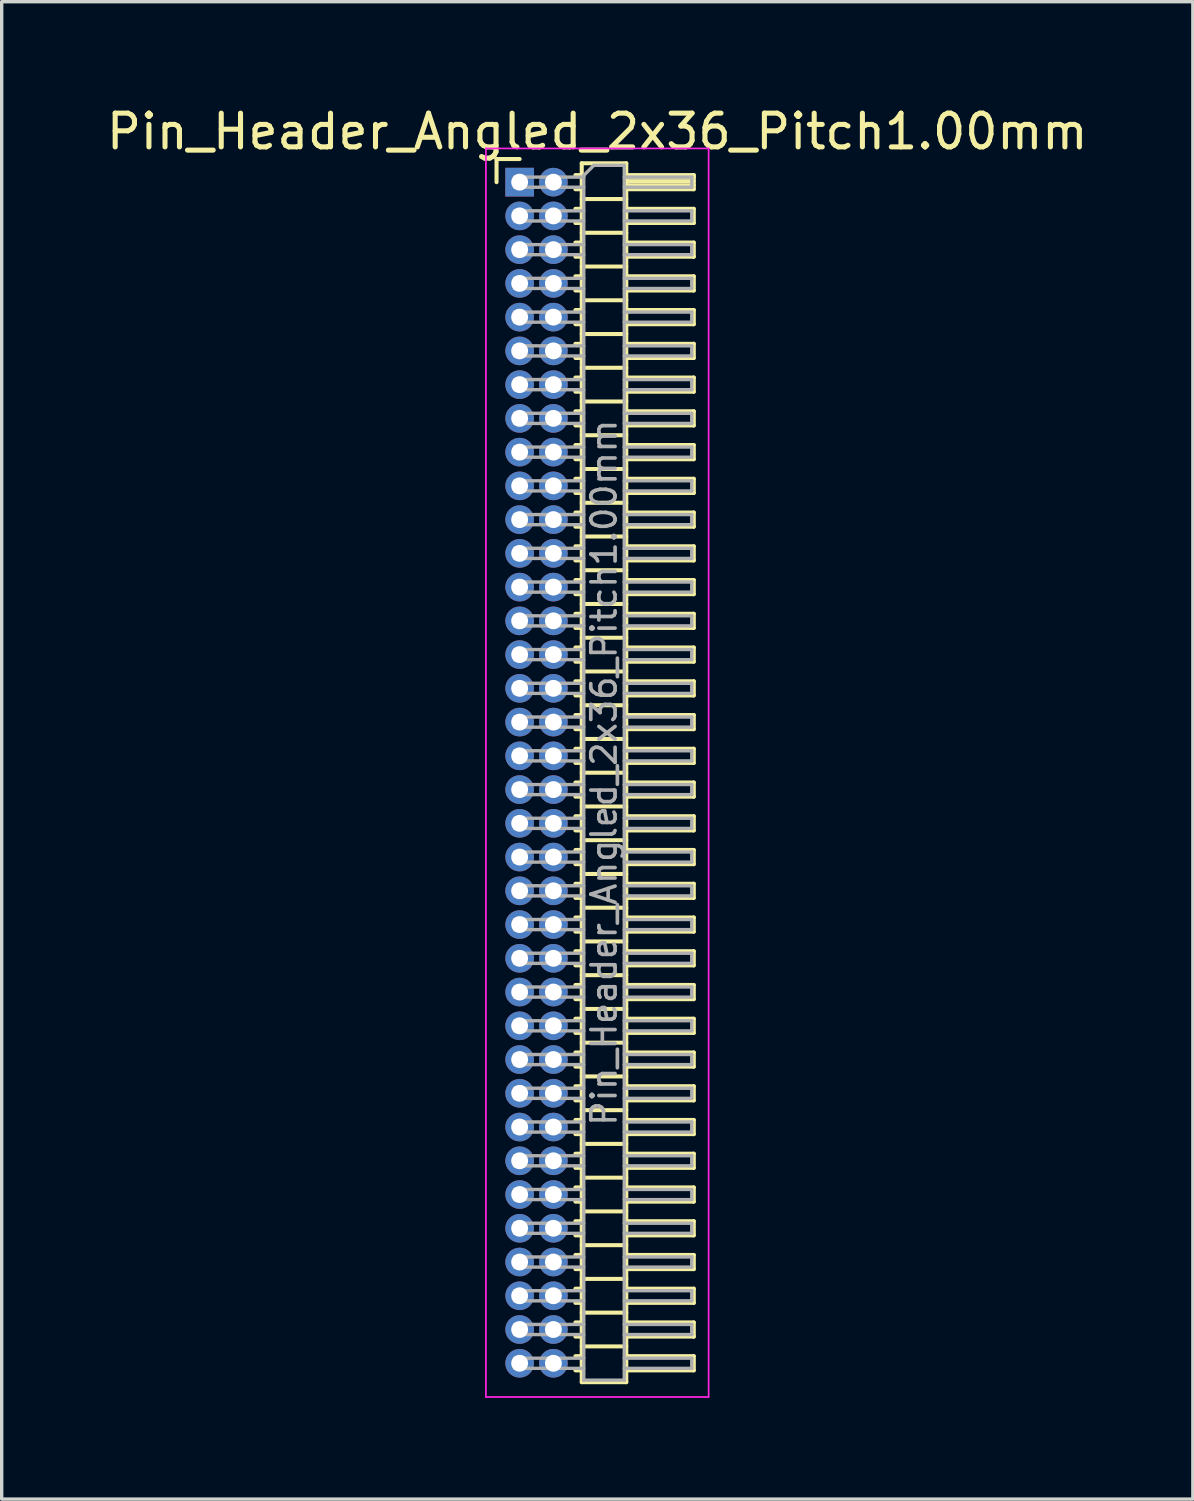
<source format=kicad_pcb>
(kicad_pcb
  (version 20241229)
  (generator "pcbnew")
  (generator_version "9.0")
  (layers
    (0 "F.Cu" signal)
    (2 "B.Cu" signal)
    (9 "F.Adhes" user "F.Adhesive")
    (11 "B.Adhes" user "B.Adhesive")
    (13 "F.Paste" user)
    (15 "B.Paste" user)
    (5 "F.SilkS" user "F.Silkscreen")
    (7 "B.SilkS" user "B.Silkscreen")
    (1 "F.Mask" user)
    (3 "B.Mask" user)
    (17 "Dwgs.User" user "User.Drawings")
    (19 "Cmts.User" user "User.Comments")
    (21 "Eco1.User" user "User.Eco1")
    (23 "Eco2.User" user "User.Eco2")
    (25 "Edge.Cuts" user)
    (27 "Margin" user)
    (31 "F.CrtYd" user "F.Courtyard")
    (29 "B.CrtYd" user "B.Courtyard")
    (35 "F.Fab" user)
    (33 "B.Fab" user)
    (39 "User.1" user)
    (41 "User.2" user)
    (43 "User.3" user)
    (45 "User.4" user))
  (footprint "Pin_Header_Angled_2x36_Pitch1.00mm"
    (layer "F.Cu")
    (at 12.349 2.348)
    (property "Reference" "Pin_Header_Angled_2x36_Pitch1.00mm" (at 2.3 -1.5 0) (layer "F.SilkS") (effects (font (size 1 1) (thickness 0.15))))
    (attr through_hole)
    (fp_line (start -0.685 -0.685) (end 0 -0.685) (stroke (width 0.12) (type solid)) (layer "F.SilkS"))
    (fp_line (start -0.685 0) (end -0.685 -0.685) (stroke (width 0.12) (type solid)) (layer "F.SilkS"))
    (fp_line (start 1.652 -0.21) (end 1.84 -0.21) (stroke (width 0.12) (type solid)) (layer "F.SilkS"))
    (fp_line (start 1.652 0.21) (end 1.84 0.21) (stroke (width 0.12) (type solid)) (layer "F.SilkS"))
    (fp_line (start 1.652 0.79) (end 1.84 0.79) (stroke (width 0.12) (type solid)) (layer "F.SilkS"))
    (fp_line (start 1.652 1.21) (end 1.84 1.21) (stroke (width 0.12) (type solid)) (layer "F.SilkS"))
    (fp_line (start 1.652 1.79) (end 1.84 1.79) (stroke (width 0.12) (type solid)) (layer "F.SilkS"))
    (fp_line (start 1.652 2.21) (end 1.84 2.21) (stroke (width 0.12) (type solid)) (layer "F.SilkS"))
    (fp_line (start 1.652 2.79) (end 1.84 2.79) (stroke (width 0.12) (type solid)) (layer "F.SilkS"))
    (fp_line (start 1.652 3.21) (end 1.84 3.21) (stroke (width 0.12) (type solid)) (layer "F.SilkS"))
    (fp_line (start 1.652 3.79) (end 1.84 3.79) (stroke (width 0.12) (type solid)) (layer "F.SilkS"))
    (fp_line (start 1.652 4.21) (end 1.84 4.21) (stroke (width 0.12) (type solid)) (layer "F.SilkS"))
    (fp_line (start 1.652 4.79) (end 1.84 4.79) (stroke (width 0.12) (type solid)) (layer "F.SilkS"))
    (fp_line (start 1.652 5.21) (end 1.84 5.21) (stroke (width 0.12) (type solid)) (layer "F.SilkS"))
    (fp_line (start 1.652 5.79) (end 1.84 5.79) (stroke (width 0.12) (type solid)) (layer "F.SilkS"))
    (fp_line (start 1.652 6.21) (end 1.84 6.21) (stroke (width 0.12) (type solid)) (layer "F.SilkS"))
    (fp_line (start 1.652 6.79) (end 1.84 6.79) (stroke (width 0.12) (type solid)) (layer "F.SilkS"))
    (fp_line (start 1.652 7.21) (end 1.84 7.21) (stroke (width 0.12) (type solid)) (layer "F.SilkS"))
    (fp_line (start 1.652 7.79) (end 1.84 7.79) (stroke (width 0.12) (type solid)) (layer "F.SilkS"))
    (fp_line (start 1.652 8.21) (end 1.84 8.21) (stroke (width 0.12) (type solid)) (layer "F.SilkS"))
    (fp_line (start 1.652 8.79) (end 1.84 8.79) (stroke (width 0.12) (type solid)) (layer "F.SilkS"))
    (fp_line (start 1.652 9.21) (end 1.84 9.21) (stroke (width 0.12) (type solid)) (layer "F.SilkS"))
    (fp_line (start 1.652 9.79) (end 1.84 9.79) (stroke (width 0.12) (type solid)) (layer "F.SilkS"))
    (fp_line (start 1.652 10.21) (end 1.84 10.21) (stroke (width 0.12) (type solid)) (layer "F.SilkS"))
    (fp_line (start 1.652 10.79) (end 1.84 10.79) (stroke (width 0.12) (type solid)) (layer "F.SilkS"))
    (fp_line (start 1.652 11.21) (end 1.84 11.21) (stroke (width 0.12) (type solid)) (layer "F.SilkS"))
    (fp_line (start 1.652 11.79) (end 1.84 11.79) (stroke (width 0.12) (type solid)) (layer "F.SilkS"))
    (fp_line (start 1.652 12.21) (end 1.84 12.21) (stroke (width 0.12) (type solid)) (layer "F.SilkS"))
    (fp_line (start 1.652 12.79) (end 1.84 12.79) (stroke (width 0.12) (type solid)) (layer "F.SilkS"))
    (fp_line (start 1.652 13.21) (end 1.84 13.21) (stroke (width 0.12) (type solid)) (layer "F.SilkS"))
    (fp_line (start 1.652 13.79) (end 1.84 13.79) (stroke (width 0.12) (type solid)) (layer "F.SilkS"))
    (fp_line (start 1.652 14.21) (end 1.84 14.21) (stroke (width 0.12) (type solid)) (layer "F.SilkS"))
    (fp_line (start 1.652 14.79) (end 1.84 14.79) (stroke (width 0.12) (type solid)) (layer "F.SilkS"))
    (fp_line (start 1.652 15.21) (end 1.84 15.21) (stroke (width 0.12) (type solid)) (layer "F.SilkS"))
    (fp_line (start 1.652 15.79) (end 1.84 15.79) (stroke (width 0.12) (type solid)) (layer "F.SilkS"))
    (fp_line (start 1.652 16.21) (end 1.84 16.21) (stroke (width 0.12) (type solid)) (layer "F.SilkS"))
    (fp_line (start 1.652 16.79) (end 1.84 16.79) (stroke (width 0.12) (type solid)) (layer "F.SilkS"))
    (fp_line (start 1.652 17.21) (end 1.84 17.21) (stroke (width 0.12) (type solid)) (layer "F.SilkS"))
    (fp_line (start 1.652 17.79) (end 1.84 17.79) (stroke (width 0.12) (type solid)) (layer "F.SilkS"))
    (fp_line (start 1.652 18.21) (end 1.84 18.21) (stroke (width 0.12) (type solid)) (layer "F.SilkS"))
    (fp_line (start 1.652 18.79) (end 1.84 18.79) (stroke (width 0.12) (type solid)) (layer "F.SilkS"))
    (fp_line (start 1.652 19.21) (end 1.84 19.21) (stroke (width 0.12) (type solid)) (layer "F.SilkS"))
    (fp_line (start 1.652 19.79) (end 1.84 19.79) (stroke (width 0.12) (type solid)) (layer "F.SilkS"))
    (fp_line (start 1.652 20.21) (end 1.84 20.21) (stroke (width 0.12) (type solid)) (layer "F.SilkS"))
    (fp_line (start 1.652 20.79) (end 1.84 20.79) (stroke (width 0.12) (type solid)) (layer "F.SilkS"))
    (fp_line (start 1.652 21.21) (end 1.84 21.21) (stroke (width 0.12) (type solid)) (layer "F.SilkS"))
    (fp_line (start 1.652 21.79) (end 1.84 21.79) (stroke (width 0.12) (type solid)) (layer "F.SilkS"))
    (fp_line (start 1.652 22.21) (end 1.84 22.21) (stroke (width 0.12) (type solid)) (layer "F.SilkS"))
    (fp_line (start 1.652 22.79) (end 1.84 22.79) (stroke (width 0.12) (type solid)) (layer "F.SilkS"))
    (fp_line (start 1.652 23.21) (end 1.84 23.21) (stroke (width 0.12) (type solid)) (layer "F.SilkS"))
    (fp_line (start 1.652 23.79) (end 1.84 23.79) (stroke (width 0.12) (type solid)) (layer "F.SilkS"))
    (fp_line (start 1.652 24.21) (end 1.84 24.21) (stroke (width 0.12) (type solid)) (layer "F.SilkS"))
    (fp_line (start 1.652 24.79) (end 1.84 24.79) (stroke (width 0.12) (type solid)) (layer "F.SilkS"))
    (fp_line (start 1.652 25.21) (end 1.84 25.21) (stroke (width 0.12) (type solid)) (layer "F.SilkS"))
    (fp_line (start 1.652 25.79) (end 1.84 25.79) (stroke (width 0.12) (type solid)) (layer "F.SilkS"))
    (fp_line (start 1.652 26.21) (end 1.84 26.21) (stroke (width 0.12) (type solid)) (layer "F.SilkS"))
    (fp_line (start 1.652 26.79) (end 1.84 26.79) (stroke (width 0.12) (type solid)) (layer "F.SilkS"))
    (fp_line (start 1.652 27.21) (end 1.84 27.21) (stroke (width 0.12) (type solid)) (layer "F.SilkS"))
    (fp_line (start 1.652 27.79) (end 1.84 27.79) (stroke (width 0.12) (type solid)) (layer "F.SilkS"))
    (fp_line (start 1.652 28.21) (end 1.84 28.21) (stroke (width 0.12) (type solid)) (layer "F.SilkS"))
    (fp_line (start 1.652 28.79) (end 1.84 28.79) (stroke (width 0.12) (type solid)) (layer "F.SilkS"))
    (fp_line (start 1.652 29.21) (end 1.84 29.21) (stroke (width 0.12) (type solid)) (layer "F.SilkS"))
    (fp_line (start 1.652 29.79) (end 1.84 29.79) (stroke (width 0.12) (type solid)) (layer "F.SilkS"))
    (fp_line (start 1.652 30.21) (end 1.84 30.21) (stroke (width 0.12) (type solid)) (layer "F.SilkS"))
    (fp_line (start 1.652 30.79) (end 1.84 30.79) (stroke (width 0.12) (type solid)) (layer "F.SilkS"))
    (fp_line (start 1.652 31.21) (end 1.84 31.21) (stroke (width 0.12) (type solid)) (layer "F.SilkS"))
    (fp_line (start 1.652 31.79) (end 1.84 31.79) (stroke (width 0.12) (type solid)) (layer "F.SilkS"))
    (fp_line (start 1.652 32.21) (end 1.84 32.21) (stroke (width 0.12) (type solid)) (layer "F.SilkS"))
    (fp_line (start 1.652 32.79) (end 1.84 32.79) (stroke (width 0.12) (type solid)) (layer "F.SilkS"))
    (fp_line (start 1.652 33.21) (end 1.84 33.21) (stroke (width 0.12) (type solid)) (layer "F.SilkS"))
    (fp_line (start 1.652 33.79) (end 1.84 33.79) (stroke (width 0.12) (type solid)) (layer "F.SilkS"))
    (fp_line (start 1.652 34.21) (end 1.84 34.21) (stroke (width 0.12) (type solid)) (layer "F.SilkS"))
    (fp_line (start 1.652 34.79) (end 1.84 34.79) (stroke (width 0.12) (type solid)) (layer "F.SilkS"))
    (fp_line (start 1.652 35.21) (end 1.84 35.21) (stroke (width 0.12) (type solid)) (layer "F.SilkS"))
    (fp_line (start 1.84 -0.56) (end 1.84 35.56) (stroke (width 0.12) (type solid)) (layer "F.SilkS"))
    (fp_line (start 1.84 0.5) (end 3.16 0.5) (stroke (width 0.12) (type solid)) (layer "F.SilkS"))
    (fp_line (start 1.84 1.5) (end 3.16 1.5) (stroke (width 0.12) (type solid)) (layer "F.SilkS"))
    (fp_line (start 1.84 2.5) (end 3.16 2.5) (stroke (width 0.12) (type solid)) (layer "F.SilkS"))
    (fp_line (start 1.84 3.5) (end 3.16 3.5) (stroke (width 0.12) (type solid)) (layer "F.SilkS"))
    (fp_line (start 1.84 4.5) (end 3.16 4.5) (stroke (width 0.12) (type solid)) (layer "F.SilkS"))
    (fp_line (start 1.84 5.5) (end 3.16 5.5) (stroke (width 0.12) (type solid)) (layer "F.SilkS"))
    (fp_line (start 1.84 6.5) (end 3.16 6.5) (stroke (width 0.12) (type solid)) (layer "F.SilkS"))
    (fp_line (start 1.84 7.5) (end 3.16 7.5) (stroke (width 0.12) (type solid)) (layer "F.SilkS"))
    (fp_line (start 1.84 8.5) (end 3.16 8.5) (stroke (width 0.12) (type solid)) (layer "F.SilkS"))
    (fp_line (start 1.84 9.5) (end 3.16 9.5) (stroke (width 0.12) (type solid)) (layer "F.SilkS"))
    (fp_line (start 1.84 10.5) (end 3.16 10.5) (stroke (width 0.12) (type solid)) (layer "F.SilkS"))
    (fp_line (start 1.84 11.5) (end 3.16 11.5) (stroke (width 0.12) (type solid)) (layer "F.SilkS"))
    (fp_line (start 1.84 12.5) (end 3.16 12.5) (stroke (width 0.12) (type solid)) (layer "F.SilkS"))
    (fp_line (start 1.84 13.5) (end 3.16 13.5) (stroke (width 0.12) (type solid)) (layer "F.SilkS"))
    (fp_line (start 1.84 14.5) (end 3.16 14.5) (stroke (width 0.12) (type solid)) (layer "F.SilkS"))
    (fp_line (start 1.84 15.5) (end 3.16 15.5) (stroke (width 0.12) (type solid)) (layer "F.SilkS"))
    (fp_line (start 1.84 16.5) (end 3.16 16.5) (stroke (width 0.12) (type solid)) (layer "F.SilkS"))
    (fp_line (start 1.84 17.5) (end 3.16 17.5) (stroke (width 0.12) (type solid)) (layer "F.SilkS"))
    (fp_line (start 1.84 18.5) (end 3.16 18.5) (stroke (width 0.12) (type solid)) (layer "F.SilkS"))
    (fp_line (start 1.84 19.5) (end 3.16 19.5) (stroke (width 0.12) (type solid)) (layer "F.SilkS"))
    (fp_line (start 1.84 20.5) (end 3.16 20.5) (stroke (width 0.12) (type solid)) (layer "F.SilkS"))
    (fp_line (start 1.84 21.5) (end 3.16 21.5) (stroke (width 0.12) (type solid)) (layer "F.SilkS"))
    (fp_line (start 1.84 22.5) (end 3.16 22.5) (stroke (width 0.12) (type solid)) (layer "F.SilkS"))
    (fp_line (start 1.84 23.5) (end 3.16 23.5) (stroke (width 0.12) (type solid)) (layer "F.SilkS"))
    (fp_line (start 1.84 24.5) (end 3.16 24.5) (stroke (width 0.12) (type solid)) (layer "F.SilkS"))
    (fp_line (start 1.84 25.5) (end 3.16 25.5) (stroke (width 0.12) (type solid)) (layer "F.SilkS"))
    (fp_line (start 1.84 26.5) (end 3.16 26.5) (stroke (width 0.12) (type solid)) (layer "F.SilkS"))
    (fp_line (start 1.84 27.5) (end 3.16 27.5) (stroke (width 0.12) (type solid)) (layer "F.SilkS"))
    (fp_line (start 1.84 28.5) (end 3.16 28.5) (stroke (width 0.12) (type solid)) (layer "F.SilkS"))
    (fp_line (start 1.84 29.5) (end 3.16 29.5) (stroke (width 0.12) (type solid)) (layer "F.SilkS"))
    (fp_line (start 1.84 30.5) (end 3.16 30.5) (stroke (width 0.12) (type solid)) (layer "F.SilkS"))
    (fp_line (start 1.84 31.5) (end 3.16 31.5) (stroke (width 0.12) (type solid)) (layer "F.SilkS"))
    (fp_line (start 1.84 32.5) (end 3.16 32.5) (stroke (width 0.12) (type solid)) (layer "F.SilkS"))
    (fp_line (start 1.84 33.5) (end 3.16 33.5) (stroke (width 0.12) (type solid)) (layer "F.SilkS"))
    (fp_line (start 1.84 34.5) (end 3.16 34.5) (stroke (width 0.12) (type solid)) (layer "F.SilkS"))
    (fp_line (start 1.84 35.56) (end 3.16 35.56) (stroke (width 0.12) (type solid)) (layer "F.SilkS"))
    (fp_line (start 3.16 -0.56) (end 1.84 -0.56) (stroke (width 0.12) (type solid)) (layer "F.SilkS"))
    (fp_line (start 3.16 -0.21) (end 5.16 -0.21) (stroke (width 0.12) (type solid)) (layer "F.SilkS"))
    (fp_line (start 3.16 -0.15) (end 5.16 -0.15) (stroke (width 0.12) (type solid)) (layer "F.SilkS"))
    (fp_line (start 3.16 -0.03) (end 5.16 -0.03) (stroke (width 0.12) (type solid)) (layer "F.SilkS"))
    (fp_line (start 3.16 0.09) (end 5.16 0.09) (stroke (width 0.12) (type solid)) (layer "F.SilkS"))
    (fp_line (start 3.16 0.79) (end 5.16 0.79) (stroke (width 0.12) (type solid)) (layer "F.SilkS"))
    (fp_line (start 3.16 1.79) (end 5.16 1.79) (stroke (width 0.12) (type solid)) (layer "F.SilkS"))
    (fp_line (start 3.16 2.79) (end 5.16 2.79) (stroke (width 0.12) (type solid)) (layer "F.SilkS"))
    (fp_line (start 3.16 3.79) (end 5.16 3.79) (stroke (width 0.12) (type solid)) (layer "F.SilkS"))
    (fp_line (start 3.16 4.79) (end 5.16 4.79) (stroke (width 0.12) (type solid)) (layer "F.SilkS"))
    (fp_line (start 3.16 5.79) (end 5.16 5.79) (stroke (width 0.12) (type solid)) (layer "F.SilkS"))
    (fp_line (start 3.16 6.79) (end 5.16 6.79) (stroke (width 0.12) (type solid)) (layer "F.SilkS"))
    (fp_line (start 3.16 7.79) (end 5.16 7.79) (stroke (width 0.12) (type solid)) (layer "F.SilkS"))
    (fp_line (start 3.16 8.79) (end 5.16 8.79) (stroke (width 0.12) (type solid)) (layer "F.SilkS"))
    (fp_line (start 3.16 9.79) (end 5.16 9.79) (stroke (width 0.12) (type solid)) (layer "F.SilkS"))
    (fp_line (start 3.16 10.79) (end 5.16 10.79) (stroke (width 0.12) (type solid)) (layer "F.SilkS"))
    (fp_line (start 3.16 11.79) (end 5.16 11.79) (stroke (width 0.12) (type solid)) (layer "F.SilkS"))
    (fp_line (start 3.16 12.79) (end 5.16 12.79) (stroke (width 0.12) (type solid)) (layer "F.SilkS"))
    (fp_line (start 3.16 13.79) (end 5.16 13.79) (stroke (width 0.12) (type solid)) (layer "F.SilkS"))
    (fp_line (start 3.16 14.79) (end 5.16 14.79) (stroke (width 0.12) (type solid)) (layer "F.SilkS"))
    (fp_line (start 3.16 15.79) (end 5.16 15.79) (stroke (width 0.12) (type solid)) (layer "F.SilkS"))
    (fp_line (start 3.16 16.79) (end 5.16 16.79) (stroke (width 0.12) (type solid)) (layer "F.SilkS"))
    (fp_line (start 3.16 17.79) (end 5.16 17.79) (stroke (width 0.12) (type solid)) (layer "F.SilkS"))
    (fp_line (start 3.16 18.79) (end 5.16 18.79) (stroke (width 0.12) (type solid)) (layer "F.SilkS"))
    (fp_line (start 3.16 19.79) (end 5.16 19.79) (stroke (width 0.12) (type solid)) (layer "F.SilkS"))
    (fp_line (start 3.16 20.79) (end 5.16 20.79) (stroke (width 0.12) (type solid)) (layer "F.SilkS"))
    (fp_line (start 3.16 21.79) (end 5.16 21.79) (stroke (width 0.12) (type solid)) (layer "F.SilkS"))
    (fp_line (start 3.16 22.79) (end 5.16 22.79) (stroke (width 0.12) (type solid)) (layer "F.SilkS"))
    (fp_line (start 3.16 23.79) (end 5.16 23.79) (stroke (width 0.12) (type solid)) (layer "F.SilkS"))
    (fp_line (start 3.16 24.79) (end 5.16 24.79) (stroke (width 0.12) (type solid)) (layer "F.SilkS"))
    (fp_line (start 3.16 25.79) (end 5.16 25.79) (stroke (width 0.12) (type solid)) (layer "F.SilkS"))
    (fp_line (start 3.16 26.79) (end 5.16 26.79) (stroke (width 0.12) (type solid)) (layer "F.SilkS"))
    (fp_line (start 3.16 27.79) (end 5.16 27.79) (stroke (width 0.12) (type solid)) (layer "F.SilkS"))
    (fp_line (start 3.16 28.79) (end 5.16 28.79) (stroke (width 0.12) (type solid)) (layer "F.SilkS"))
    (fp_line (start 3.16 29.79) (end 5.16 29.79) (stroke (width 0.12) (type solid)) (layer "F.SilkS"))
    (fp_line (start 3.16 30.79) (end 5.16 30.79) (stroke (width 0.12) (type solid)) (layer "F.SilkS"))
    (fp_line (start 3.16 31.79) (end 5.16 31.79) (stroke (width 0.12) (type solid)) (layer "F.SilkS"))
    (fp_line (start 3.16 32.79) (end 5.16 32.79) (stroke (width 0.12) (type solid)) (layer "F.SilkS"))
    (fp_line (start 3.16 33.79) (end 5.16 33.79) (stroke (width 0.12) (type solid)) (layer "F.SilkS"))
    (fp_line (start 3.16 34.79) (end 5.16 34.79) (stroke (width 0.12) (type solid)) (layer "F.SilkS"))
    (fp_line (start 3.16 35.56) (end 3.16 -0.56) (stroke (width 0.12) (type solid)) (layer "F.SilkS"))
    (fp_line (start 5.16 -0.21) (end 5.16 0.21) (stroke (width 0.12) (type solid)) (layer "F.SilkS"))
    (fp_line (start 5.16 0.21) (end 3.16 0.21) (stroke (width 0.12) (type solid)) (layer "F.SilkS"))
    (fp_line (start 5.16 0.79) (end 5.16 1.21) (stroke (width 0.12) (type solid)) (layer "F.SilkS"))
    (fp_line (start 5.16 1.21) (end 3.16 1.21) (stroke (width 0.12) (type solid)) (layer "F.SilkS"))
    (fp_line (start 5.16 1.79) (end 5.16 2.21) (stroke (width 0.12) (type solid)) (layer "F.SilkS"))
    (fp_line (start 5.16 2.21) (end 3.16 2.21) (stroke (width 0.12) (type solid)) (layer "F.SilkS"))
    (fp_line (start 5.16 2.79) (end 5.16 3.21) (stroke (width 0.12) (type solid)) (layer "F.SilkS"))
    (fp_line (start 5.16 3.21) (end 3.16 3.21) (stroke (width 0.12) (type solid)) (layer "F.SilkS"))
    (fp_line (start 5.16 3.79) (end 5.16 4.21) (stroke (width 0.12) (type solid)) (layer "F.SilkS"))
    (fp_line (start 5.16 4.21) (end 3.16 4.21) (stroke (width 0.12) (type solid)) (layer "F.SilkS"))
    (fp_line (start 5.16 4.79) (end 5.16 5.21) (stroke (width 0.12) (type solid)) (layer "F.SilkS"))
    (fp_line (start 5.16 5.21) (end 3.16 5.21) (stroke (width 0.12) (type solid)) (layer "F.SilkS"))
    (fp_line (start 5.16 5.79) (end 5.16 6.21) (stroke (width 0.12) (type solid)) (layer "F.SilkS"))
    (fp_line (start 5.16 6.21) (end 3.16 6.21) (stroke (width 0.12) (type solid)) (layer "F.SilkS"))
    (fp_line (start 5.16 6.79) (end 5.16 7.21) (stroke (width 0.12) (type solid)) (layer "F.SilkS"))
    (fp_line (start 5.16 7.21) (end 3.16 7.21) (stroke (width 0.12) (type solid)) (layer "F.SilkS"))
    (fp_line (start 5.16 7.79) (end 5.16 8.21) (stroke (width 0.12) (type solid)) (layer "F.SilkS"))
    (fp_line (start 5.16 8.21) (end 3.16 8.21) (stroke (width 0.12) (type solid)) (layer "F.SilkS"))
    (fp_line (start 5.16 8.79) (end 5.16 9.21) (stroke (width 0.12) (type solid)) (layer "F.SilkS"))
    (fp_line (start 5.16 9.21) (end 3.16 9.21) (stroke (width 0.12) (type solid)) (layer "F.SilkS"))
    (fp_line (start 5.16 9.79) (end 5.16 10.21) (stroke (width 0.12) (type solid)) (layer "F.SilkS"))
    (fp_line (start 5.16 10.21) (end 3.16 10.21) (stroke (width 0.12) (type solid)) (layer "F.SilkS"))
    (fp_line (start 5.16 10.79) (end 5.16 11.21) (stroke (width 0.12) (type solid)) (layer "F.SilkS"))
    (fp_line (start 5.16 11.21) (end 3.16 11.21) (stroke (width 0.12) (type solid)) (layer "F.SilkS"))
    (fp_line (start 5.16 11.79) (end 5.16 12.21) (stroke (width 0.12) (type solid)) (layer "F.SilkS"))
    (fp_line (start 5.16 12.21) (end 3.16 12.21) (stroke (width 0.12) (type solid)) (layer "F.SilkS"))
    (fp_line (start 5.16 12.79) (end 5.16 13.21) (stroke (width 0.12) (type solid)) (layer "F.SilkS"))
    (fp_line (start 5.16 13.21) (end 3.16 13.21) (stroke (width 0.12) (type solid)) (layer "F.SilkS"))
    (fp_line (start 5.16 13.79) (end 5.16 14.21) (stroke (width 0.12) (type solid)) (layer "F.SilkS"))
    (fp_line (start 5.16 14.21) (end 3.16 14.21) (stroke (width 0.12) (type solid)) (layer "F.SilkS"))
    (fp_line (start 5.16 14.79) (end 5.16 15.21) (stroke (width 0.12) (type solid)) (layer "F.SilkS"))
    (fp_line (start 5.16 15.21) (end 3.16 15.21) (stroke (width 0.12) (type solid)) (layer "F.SilkS"))
    (fp_line (start 5.16 15.79) (end 5.16 16.21) (stroke (width 0.12) (type solid)) (layer "F.SilkS"))
    (fp_line (start 5.16 16.21) (end 3.16 16.21) (stroke (width 0.12) (type solid)) (layer "F.SilkS"))
    (fp_line (start 5.16 16.79) (end 5.16 17.21) (stroke (width 0.12) (type solid)) (layer "F.SilkS"))
    (fp_line (start 5.16 17.21) (end 3.16 17.21) (stroke (width 0.12) (type solid)) (layer "F.SilkS"))
    (fp_line (start 5.16 17.79) (end 5.16 18.21) (stroke (width 0.12) (type solid)) (layer "F.SilkS"))
    (fp_line (start 5.16 18.21) (end 3.16 18.21) (stroke (width 0.12) (type solid)) (layer "F.SilkS"))
    (fp_line (start 5.16 18.79) (end 5.16 19.21) (stroke (width 0.12) (type solid)) (layer "F.SilkS"))
    (fp_line (start 5.16 19.21) (end 3.16 19.21) (stroke (width 0.12) (type solid)) (layer "F.SilkS"))
    (fp_line (start 5.16 19.79) (end 5.16 20.21) (stroke (width 0.12) (type solid)) (layer "F.SilkS"))
    (fp_line (start 5.16 20.21) (end 3.16 20.21) (stroke (width 0.12) (type solid)) (layer "F.SilkS"))
    (fp_line (start 5.16 20.79) (end 5.16 21.21) (stroke (width 0.12) (type solid)) (layer "F.SilkS"))
    (fp_line (start 5.16 21.21) (end 3.16 21.21) (stroke (width 0.12) (type solid)) (layer "F.SilkS"))
    (fp_line (start 5.16 21.79) (end 5.16 22.21) (stroke (width 0.12) (type solid)) (layer "F.SilkS"))
    (fp_line (start 5.16 22.21) (end 3.16 22.21) (stroke (width 0.12) (type solid)) (layer "F.SilkS"))
    (fp_line (start 5.16 22.79) (end 5.16 23.21) (stroke (width 0.12) (type solid)) (layer "F.SilkS"))
    (fp_line (start 5.16 23.21) (end 3.16 23.21) (stroke (width 0.12) (type solid)) (layer "F.SilkS"))
    (fp_line (start 5.16 23.79) (end 5.16 24.21) (stroke (width 0.12) (type solid)) (layer "F.SilkS"))
    (fp_line (start 5.16 24.21) (end 3.16 24.21) (stroke (width 0.12) (type solid)) (layer "F.SilkS"))
    (fp_line (start 5.16 24.79) (end 5.16 25.21) (stroke (width 0.12) (type solid)) (layer "F.SilkS"))
    (fp_line (start 5.16 25.21) (end 3.16 25.21) (stroke (width 0.12) (type solid)) (layer "F.SilkS"))
    (fp_line (start 5.16 25.79) (end 5.16 26.21) (stroke (width 0.12) (type solid)) (layer "F.SilkS"))
    (fp_line (start 5.16 26.21) (end 3.16 26.21) (stroke (width 0.12) (type solid)) (layer "F.SilkS"))
    (fp_line (start 5.16 26.79) (end 5.16 27.21) (stroke (width 0.12) (type solid)) (layer "F.SilkS"))
    (fp_line (start 5.16 27.21) (end 3.16 27.21) (stroke (width 0.12) (type solid)) (layer "F.SilkS"))
    (fp_line (start 5.16 27.79) (end 5.16 28.21) (stroke (width 0.12) (type solid)) (layer "F.SilkS"))
    (fp_line (start 5.16 28.21) (end 3.16 28.21) (stroke (width 0.12) (type solid)) (layer "F.SilkS"))
    (fp_line (start 5.16 28.79) (end 5.16 29.21) (stroke (width 0.12) (type solid)) (layer "F.SilkS"))
    (fp_line (start 5.16 29.21) (end 3.16 29.21) (stroke (width 0.12) (type solid)) (layer "F.SilkS"))
    (fp_line (start 5.16 29.79) (end 5.16 30.21) (stroke (width 0.12) (type solid)) (layer "F.SilkS"))
    (fp_line (start 5.16 30.21) (end 3.16 30.21) (stroke (width 0.12) (type solid)) (layer "F.SilkS"))
    (fp_line (start 5.16 30.79) (end 5.16 31.21) (stroke (width 0.12) (type solid)) (layer "F.SilkS"))
    (fp_line (start 5.16 31.21) (end 3.16 31.21) (stroke (width 0.12) (type solid)) (layer "F.SilkS"))
    (fp_line (start 5.16 31.79) (end 5.16 32.21) (stroke (width 0.12) (type solid)) (layer "F.SilkS"))
    (fp_line (start 5.16 32.21) (end 3.16 32.21) (stroke (width 0.12) (type solid)) (layer "F.SilkS"))
    (fp_line (start 5.16 32.79) (end 5.16 33.21) (stroke (width 0.12) (type solid)) (layer "F.SilkS"))
    (fp_line (start 5.16 33.21) (end 3.16 33.21) (stroke (width 0.12) (type solid)) (layer "F.SilkS"))
    (fp_line (start 5.16 33.79) (end 5.16 34.21) (stroke (width 0.12) (type solid)) (layer "F.SilkS"))
    (fp_line (start 5.16 34.21) (end 3.16 34.21) (stroke (width 0.12) (type solid)) (layer "F.SilkS"))
    (fp_line (start 5.16 34.79) (end 5.16 35.21) (stroke (width 0.12) (type solid)) (layer "F.SilkS"))
    (fp_line (start 5.16 35.21) (end 3.16 35.21) (stroke (width 0.12) (type solid)) (layer "F.SilkS"))
    (fp_line (start -1 -1) (end -1 36) (stroke (width 0.05) (type solid)) (layer "F.CrtYd"))
    (fp_line (start -1 36) (end 5.6 36) (stroke (width 0.05) (type solid)) (layer "F.CrtYd"))
    (fp_line (start 5.6 -1) (end -1 -1) (stroke (width 0.05) (type solid)) (layer "F.CrtYd"))
    (fp_line (start 5.6 36) (end 5.6 -1) (stroke (width 0.05) (type solid)) (layer "F.CrtYd"))
    (fp_line (start -0.15 -0.15) (end -0.15 0.15) (stroke (width 0.1) (type solid)) (layer "F.Fab"))
    (fp_line (start -0.15 -0.15) (end 1.9 -0.15) (stroke (width 0.1) (type solid)) (layer "F.Fab"))
    (fp_line (start -0.15 0.15) (end 1.9 0.15) (stroke (width 0.1) (type solid)) (layer "F.Fab"))
    (fp_line (start -0.15 0.85) (end -0.15 1.15) (stroke (width 0.1) (type solid)) (layer "F.Fab"))
    (fp_line (start -0.15 0.85) (end 1.9 0.85) (stroke (width 0.1) (type solid)) (layer "F.Fab"))
    (fp_line (start -0.15 1.15) (end 1.9 1.15) (stroke (width 0.1) (type solid)) (layer "F.Fab"))
    (fp_line (start -0.15 1.85) (end -0.15 2.15) (stroke (width 0.1) (type solid)) (layer "F.Fab"))
    (fp_line (start -0.15 1.85) (end 1.9 1.85) (stroke (width 0.1) (type solid)) (layer "F.Fab"))
    (fp_line (start -0.15 2.15) (end 1.9 2.15) (stroke (width 0.1) (type solid)) (layer "F.Fab"))
    (fp_line (start -0.15 2.85) (end -0.15 3.15) (stroke (width 0.1) (type solid)) (layer "F.Fab"))
    (fp_line (start -0.15 2.85) (end 1.9 2.85) (stroke (width 0.1) (type solid)) (layer "F.Fab"))
    (fp_line (start -0.15 3.15) (end 1.9 3.15) (stroke (width 0.1) (type solid)) (layer "F.Fab"))
    (fp_line (start -0.15 3.85) (end -0.15 4.15) (stroke (width 0.1) (type solid)) (layer "F.Fab"))
    (fp_line (start -0.15 3.85) (end 1.9 3.85) (stroke (width 0.1) (type solid)) (layer "F.Fab"))
    (fp_line (start -0.15 4.15) (end 1.9 4.15) (stroke (width 0.1) (type solid)) (layer "F.Fab"))
    (fp_line (start -0.15 4.85) (end -0.15 5.15) (stroke (width 0.1) (type solid)) (layer "F.Fab"))
    (fp_line (start -0.15 4.85) (end 1.9 4.85) (stroke (width 0.1) (type solid)) (layer "F.Fab"))
    (fp_line (start -0.15 5.15) (end 1.9 5.15) (stroke (width 0.1) (type solid)) (layer "F.Fab"))
    (fp_line (start -0.15 5.85) (end -0.15 6.15) (stroke (width 0.1) (type solid)) (layer "F.Fab"))
    (fp_line (start -0.15 5.85) (end 1.9 5.85) (stroke (width 0.1) (type solid)) (layer "F.Fab"))
    (fp_line (start -0.15 6.15) (end 1.9 6.15) (stroke (width 0.1) (type solid)) (layer "F.Fab"))
    (fp_line (start -0.15 6.85) (end -0.15 7.15) (stroke (width 0.1) (type solid)) (layer "F.Fab"))
    (fp_line (start -0.15 6.85) (end 1.9 6.85) (stroke (width 0.1) (type solid)) (layer "F.Fab"))
    (fp_line (start -0.15 7.15) (end 1.9 7.15) (stroke (width 0.1) (type solid)) (layer "F.Fab"))
    (fp_line (start -0.15 7.85) (end -0.15 8.15) (stroke (width 0.1) (type solid)) (layer "F.Fab"))
    (fp_line (start -0.15 7.85) (end 1.9 7.85) (stroke (width 0.1) (type solid)) (layer "F.Fab"))
    (fp_line (start -0.15 8.15) (end 1.9 8.15) (stroke (width 0.1) (type solid)) (layer "F.Fab"))
    (fp_line (start -0.15 8.85) (end -0.15 9.15) (stroke (width 0.1) (type solid)) (layer "F.Fab"))
    (fp_line (start -0.15 8.85) (end 1.9 8.85) (stroke (width 0.1) (type solid)) (layer "F.Fab"))
    (fp_line (start -0.15 9.15) (end 1.9 9.15) (stroke (width 0.1) (type solid)) (layer "F.Fab"))
    (fp_line (start -0.15 9.85) (end -0.15 10.15) (stroke (width 0.1) (type solid)) (layer "F.Fab"))
    (fp_line (start -0.15 9.85) (end 1.9 9.85) (stroke (width 0.1) (type solid)) (layer "F.Fab"))
    (fp_line (start -0.15 10.15) (end 1.9 10.15) (stroke (width 0.1) (type solid)) (layer "F.Fab"))
    (fp_line (start -0.15 10.85) (end -0.15 11.15) (stroke (width 0.1) (type solid)) (layer "F.Fab"))
    (fp_line (start -0.15 10.85) (end 1.9 10.85) (stroke (width 0.1) (type solid)) (layer "F.Fab"))
    (fp_line (start -0.15 11.15) (end 1.9 11.15) (stroke (width 0.1) (type solid)) (layer "F.Fab"))
    (fp_line (start -0.15 11.85) (end -0.15 12.15) (stroke (width 0.1) (type solid)) (layer "F.Fab"))
    (fp_line (start -0.15 11.85) (end 1.9 11.85) (stroke (width 0.1) (type solid)) (layer "F.Fab"))
    (fp_line (start -0.15 12.15) (end 1.9 12.15) (stroke (width 0.1) (type solid)) (layer "F.Fab"))
    (fp_line (start -0.15 12.85) (end -0.15 13.15) (stroke (width 0.1) (type solid)) (layer "F.Fab"))
    (fp_line (start -0.15 12.85) (end 1.9 12.85) (stroke (width 0.1) (type solid)) (layer "F.Fab"))
    (fp_line (start -0.15 13.15) (end 1.9 13.15) (stroke (width 0.1) (type solid)) (layer "F.Fab"))
    (fp_line (start -0.15 13.85) (end -0.15 14.15) (stroke (width 0.1) (type solid)) (layer "F.Fab"))
    (fp_line (start -0.15 13.85) (end 1.9 13.85) (stroke (width 0.1) (type solid)) (layer "F.Fab"))
    (fp_line (start -0.15 14.15) (end 1.9 14.15) (stroke (width 0.1) (type solid)) (layer "F.Fab"))
    (fp_line (start -0.15 14.85) (end -0.15 15.15) (stroke (width 0.1) (type solid)) (layer "F.Fab"))
    (fp_line (start -0.15 14.85) (end 1.9 14.85) (stroke (width 0.1) (type solid)) (layer "F.Fab"))
    (fp_line (start -0.15 15.15) (end 1.9 15.15) (stroke (width 0.1) (type solid)) (layer "F.Fab"))
    (fp_line (start -0.15 15.85) (end -0.15 16.15) (stroke (width 0.1) (type solid)) (layer "F.Fab"))
    (fp_line (start -0.15 15.85) (end 1.9 15.85) (stroke (width 0.1) (type solid)) (layer "F.Fab"))
    (fp_line (start -0.15 16.15) (end 1.9 16.15) (stroke (width 0.1) (type solid)) (layer "F.Fab"))
    (fp_line (start -0.15 16.85) (end -0.15 17.15) (stroke (width 0.1) (type solid)) (layer "F.Fab"))
    (fp_line (start -0.15 16.85) (end 1.9 16.85) (stroke (width 0.1) (type solid)) (layer "F.Fab"))
    (fp_line (start -0.15 17.15) (end 1.9 17.15) (stroke (width 0.1) (type solid)) (layer "F.Fab"))
    (fp_line (start -0.15 17.85) (end -0.15 18.15) (stroke (width 0.1) (type solid)) (layer "F.Fab"))
    (fp_line (start -0.15 17.85) (end 1.9 17.85) (stroke (width 0.1) (type solid)) (layer "F.Fab"))
    (fp_line (start -0.15 18.15) (end 1.9 18.15) (stroke (width 0.1) (type solid)) (layer "F.Fab"))
    (fp_line (start -0.15 18.85) (end -0.15 19.15) (stroke (width 0.1) (type solid)) (layer "F.Fab"))
    (fp_line (start -0.15 18.85) (end 1.9 18.85) (stroke (width 0.1) (type solid)) (layer "F.Fab"))
    (fp_line (start -0.15 19.15) (end 1.9 19.15) (stroke (width 0.1) (type solid)) (layer "F.Fab"))
    (fp_line (start -0.15 19.85) (end -0.15 20.15) (stroke (width 0.1) (type solid)) (layer "F.Fab"))
    (fp_line (start -0.15 19.85) (end 1.9 19.85) (stroke (width 0.1) (type solid)) (layer "F.Fab"))
    (fp_line (start -0.15 20.15) (end 1.9 20.15) (stroke (width 0.1) (type solid)) (layer "F.Fab"))
    (fp_line (start -0.15 20.85) (end -0.15 21.15) (stroke (width 0.1) (type solid)) (layer "F.Fab"))
    (fp_line (start -0.15 20.85) (end 1.9 20.85) (stroke (width 0.1) (type solid)) (layer "F.Fab"))
    (fp_line (start -0.15 21.15) (end 1.9 21.15) (stroke (width 0.1) (type solid)) (layer "F.Fab"))
    (fp_line (start -0.15 21.85) (end -0.15 22.15) (stroke (width 0.1) (type solid)) (layer "F.Fab"))
    (fp_line (start -0.15 21.85) (end 1.9 21.85) (stroke (width 0.1) (type solid)) (layer "F.Fab"))
    (fp_line (start -0.15 22.15) (end 1.9 22.15) (stroke (width 0.1) (type solid)) (layer "F.Fab"))
    (fp_line (start -0.15 22.85) (end -0.15 23.15) (stroke (width 0.1) (type solid)) (layer "F.Fab"))
    (fp_line (start -0.15 22.85) (end 1.9 22.85) (stroke (width 0.1) (type solid)) (layer "F.Fab"))
    (fp_line (start -0.15 23.15) (end 1.9 23.15) (stroke (width 0.1) (type solid)) (layer "F.Fab"))
    (fp_line (start -0.15 23.85) (end -0.15 24.15) (stroke (width 0.1) (type solid)) (layer "F.Fab"))
    (fp_line (start -0.15 23.85) (end 1.9 23.85) (stroke (width 0.1) (type solid)) (layer "F.Fab"))
    (fp_line (start -0.15 24.15) (end 1.9 24.15) (stroke (width 0.1) (type solid)) (layer "F.Fab"))
    (fp_line (start -0.15 24.85) (end -0.15 25.15) (stroke (width 0.1) (type solid)) (layer "F.Fab"))
    (fp_line (start -0.15 24.85) (end 1.9 24.85) (stroke (width 0.1) (type solid)) (layer "F.Fab"))
    (fp_line (start -0.15 25.15) (end 1.9 25.15) (stroke (width 0.1) (type solid)) (layer "F.Fab"))
    (fp_line (start -0.15 25.85) (end -0.15 26.15) (stroke (width 0.1) (type solid)) (layer "F.Fab"))
    (fp_line (start -0.15 25.85) (end 1.9 25.85) (stroke (width 0.1) (type solid)) (layer "F.Fab"))
    (fp_line (start -0.15 26.15) (end 1.9 26.15) (stroke (width 0.1) (type solid)) (layer "F.Fab"))
    (fp_line (start -0.15 26.85) (end -0.15 27.15) (stroke (width 0.1) (type solid)) (layer "F.Fab"))
    (fp_line (start -0.15 26.85) (end 1.9 26.85) (stroke (width 0.1) (type solid)) (layer "F.Fab"))
    (fp_line (start -0.15 27.15) (end 1.9 27.15) (stroke (width 0.1) (type solid)) (layer "F.Fab"))
    (fp_line (start -0.15 27.85) (end -0.15 28.15) (stroke (width 0.1) (type solid)) (layer "F.Fab"))
    (fp_line (start -0.15 27.85) (end 1.9 27.85) (stroke (width 0.1) (type solid)) (layer "F.Fab"))
    (fp_line (start -0.15 28.15) (end 1.9 28.15) (stroke (width 0.1) (type solid)) (layer "F.Fab"))
    (fp_line (start -0.15 28.85) (end -0.15 29.15) (stroke (width 0.1) (type solid)) (layer "F.Fab"))
    (fp_line (start -0.15 28.85) (end 1.9 28.85) (stroke (width 0.1) (type solid)) (layer "F.Fab"))
    (fp_line (start -0.15 29.15) (end 1.9 29.15) (stroke (width 0.1) (type solid)) (layer "F.Fab"))
    (fp_line (start -0.15 29.85) (end -0.15 30.15) (stroke (width 0.1) (type solid)) (layer "F.Fab"))
    (fp_line (start -0.15 29.85) (end 1.9 29.85) (stroke (width 0.1) (type solid)) (layer "F.Fab"))
    (fp_line (start -0.15 30.15) (end 1.9 30.15) (stroke (width 0.1) (type solid)) (layer "F.Fab"))
    (fp_line (start -0.15 30.85) (end -0.15 31.15) (stroke (width 0.1) (type solid)) (layer "F.Fab"))
    (fp_line (start -0.15 30.85) (end 1.9 30.85) (stroke (width 0.1) (type solid)) (layer "F.Fab"))
    (fp_line (start -0.15 31.15) (end 1.9 31.15) (stroke (width 0.1) (type solid)) (layer "F.Fab"))
    (fp_line (start -0.15 31.85) (end -0.15 32.15) (stroke (width 0.1) (type solid)) (layer "F.Fab"))
    (fp_line (start -0.15 31.85) (end 1.9 31.85) (stroke (width 0.1) (type solid)) (layer "F.Fab"))
    (fp_line (start -0.15 32.15) (end 1.9 32.15) (stroke (width 0.1) (type solid)) (layer "F.Fab"))
    (fp_line (start -0.15 32.85) (end -0.15 33.15) (stroke (width 0.1) (type solid)) (layer "F.Fab"))
    (fp_line (start -0.15 32.85) (end 1.9 32.85) (stroke (width 0.1) (type solid)) (layer "F.Fab"))
    (fp_line (start -0.15 33.15) (end 1.9 33.15) (stroke (width 0.1) (type solid)) (layer "F.Fab"))
    (fp_line (start -0.15 33.85) (end -0.15 34.15) (stroke (width 0.1) (type solid)) (layer "F.Fab"))
    (fp_line (start -0.15 33.85) (end 1.9 33.85) (stroke (width 0.1) (type solid)) (layer "F.Fab"))
    (fp_line (start -0.15 34.15) (end 1.9 34.15) (stroke (width 0.1) (type solid)) (layer "F.Fab"))
    (fp_line (start -0.15 34.85) (end -0.15 35.15) (stroke (width 0.1) (type solid)) (layer "F.Fab"))
    (fp_line (start -0.15 34.85) (end 1.9 34.85) (stroke (width 0.1) (type solid)) (layer "F.Fab"))
    (fp_line (start -0.15 35.15) (end 1.9 35.15) (stroke (width 0.1) (type solid)) (layer "F.Fab"))
    (fp_line (start 1.9 -0.2) (end 2.2 -0.5) (stroke (width 0.1) (type solid)) (layer "F.Fab"))
    (fp_line (start 1.9 35.5) (end 1.9 -0.2) (stroke (width 0.1) (type solid)) (layer "F.Fab"))
    (fp_line (start 2.2 -0.5) (end 3.1 -0.5) (stroke (width 0.1) (type solid)) (layer "F.Fab"))
    (fp_line (start 3.1 -0.5) (end 3.1 35.5) (stroke (width 0.1) (type solid)) (layer "F.Fab"))
    (fp_line (start 3.1 -0.15) (end 5.1 -0.15) (stroke (width 0.1) (type solid)) (layer "F.Fab"))
    (fp_line (start 3.1 0.15) (end 5.1 0.15) (stroke (width 0.1) (type solid)) (layer "F.Fab"))
    (fp_line (start 3.1 0.85) (end 5.1 0.85) (stroke (width 0.1) (type solid)) (layer "F.Fab"))
    (fp_line (start 3.1 1.15) (end 5.1 1.15) (stroke (width 0.1) (type solid)) (layer "F.Fab"))
    (fp_line (start 3.1 1.85) (end 5.1 1.85) (stroke (width 0.1) (type solid)) (layer "F.Fab"))
    (fp_line (start 3.1 2.15) (end 5.1 2.15) (stroke (width 0.1) (type solid)) (layer "F.Fab"))
    (fp_line (start 3.1 2.85) (end 5.1 2.85) (stroke (width 0.1) (type solid)) (layer "F.Fab"))
    (fp_line (start 3.1 3.15) (end 5.1 3.15) (stroke (width 0.1) (type solid)) (layer "F.Fab"))
    (fp_line (start 3.1 3.85) (end 5.1 3.85) (stroke (width 0.1) (type solid)) (layer "F.Fab"))
    (fp_line (start 3.1 4.15) (end 5.1 4.15) (stroke (width 0.1) (type solid)) (layer "F.Fab"))
    (fp_line (start 3.1 4.85) (end 5.1 4.85) (stroke (width 0.1) (type solid)) (layer "F.Fab"))
    (fp_line (start 3.1 5.15) (end 5.1 5.15) (stroke (width 0.1) (type solid)) (layer "F.Fab"))
    (fp_line (start 3.1 5.85) (end 5.1 5.85) (stroke (width 0.1) (type solid)) (layer "F.Fab"))
    (fp_line (start 3.1 6.15) (end 5.1 6.15) (stroke (width 0.1) (type solid)) (layer "F.Fab"))
    (fp_line (start 3.1 6.85) (end 5.1 6.85) (stroke (width 0.1) (type solid)) (layer "F.Fab"))
    (fp_line (start 3.1 7.15) (end 5.1 7.15) (stroke (width 0.1) (type solid)) (layer "F.Fab"))
    (fp_line (start 3.1 7.85) (end 5.1 7.85) (stroke (width 0.1) (type solid)) (layer "F.Fab"))
    (fp_line (start 3.1 8.15) (end 5.1 8.15) (stroke (width 0.1) (type solid)) (layer "F.Fab"))
    (fp_line (start 3.1 8.85) (end 5.1 8.85) (stroke (width 0.1) (type solid)) (layer "F.Fab"))
    (fp_line (start 3.1 9.15) (end 5.1 9.15) (stroke (width 0.1) (type solid)) (layer "F.Fab"))
    (fp_line (start 3.1 9.85) (end 5.1 9.85) (stroke (width 0.1) (type solid)) (layer "F.Fab"))
    (fp_line (start 3.1 10.15) (end 5.1 10.15) (stroke (width 0.1) (type solid)) (layer "F.Fab"))
    (fp_line (start 3.1 10.85) (end 5.1 10.85) (stroke (width 0.1) (type solid)) (layer "F.Fab"))
    (fp_line (start 3.1 11.15) (end 5.1 11.15) (stroke (width 0.1) (type solid)) (layer "F.Fab"))
    (fp_line (start 3.1 11.85) (end 5.1 11.85) (stroke (width 0.1) (type solid)) (layer "F.Fab"))
    (fp_line (start 3.1 12.15) (end 5.1 12.15) (stroke (width 0.1) (type solid)) (layer "F.Fab"))
    (fp_line (start 3.1 12.85) (end 5.1 12.85) (stroke (width 0.1) (type solid)) (layer "F.Fab"))
    (fp_line (start 3.1 13.15) (end 5.1 13.15) (stroke (width 0.1) (type solid)) (layer "F.Fab"))
    (fp_line (start 3.1 13.85) (end 5.1 13.85) (stroke (width 0.1) (type solid)) (layer "F.Fab"))
    (fp_line (start 3.1 14.15) (end 5.1 14.15) (stroke (width 0.1) (type solid)) (layer "F.Fab"))
    (fp_line (start 3.1 14.85) (end 5.1 14.85) (stroke (width 0.1) (type solid)) (layer "F.Fab"))
    (fp_line (start 3.1 15.15) (end 5.1 15.15) (stroke (width 0.1) (type solid)) (layer "F.Fab"))
    (fp_line (start 3.1 15.85) (end 5.1 15.85) (stroke (width 0.1) (type solid)) (layer "F.Fab"))
    (fp_line (start 3.1 16.15) (end 5.1 16.15) (stroke (width 0.1) (type solid)) (layer "F.Fab"))
    (fp_line (start 3.1 16.85) (end 5.1 16.85) (stroke (width 0.1) (type solid)) (layer "F.Fab"))
    (fp_line (start 3.1 17.15) (end 5.1 17.15) (stroke (width 0.1) (type solid)) (layer "F.Fab"))
    (fp_line (start 3.1 17.85) (end 5.1 17.85) (stroke (width 0.1) (type solid)) (layer "F.Fab"))
    (fp_line (start 3.1 18.15) (end 5.1 18.15) (stroke (width 0.1) (type solid)) (layer "F.Fab"))
    (fp_line (start 3.1 18.85) (end 5.1 18.85) (stroke (width 0.1) (type solid)) (layer "F.Fab"))
    (fp_line (start 3.1 19.15) (end 5.1 19.15) (stroke (width 0.1) (type solid)) (layer "F.Fab"))
    (fp_line (start 3.1 19.85) (end 5.1 19.85) (stroke (width 0.1) (type solid)) (layer "F.Fab"))
    (fp_line (start 3.1 20.15) (end 5.1 20.15) (stroke (width 0.1) (type solid)) (layer "F.Fab"))
    (fp_line (start 3.1 20.85) (end 5.1 20.85) (stroke (width 0.1) (type solid)) (layer "F.Fab"))
    (fp_line (start 3.1 21.15) (end 5.1 21.15) (stroke (width 0.1) (type solid)) (layer "F.Fab"))
    (fp_line (start 3.1 21.85) (end 5.1 21.85) (stroke (width 0.1) (type solid)) (layer "F.Fab"))
    (fp_line (start 3.1 22.15) (end 5.1 22.15) (stroke (width 0.1) (type solid)) (layer "F.Fab"))
    (fp_line (start 3.1 22.85) (end 5.1 22.85) (stroke (width 0.1) (type solid)) (layer "F.Fab"))
    (fp_line (start 3.1 23.15) (end 5.1 23.15) (stroke (width 0.1) (type solid)) (layer "F.Fab"))
    (fp_line (start 3.1 23.85) (end 5.1 23.85) (stroke (width 0.1) (type solid)) (layer "F.Fab"))
    (fp_line (start 3.1 24.15) (end 5.1 24.15) (stroke (width 0.1) (type solid)) (layer "F.Fab"))
    (fp_line (start 3.1 24.85) (end 5.1 24.85) (stroke (width 0.1) (type solid)) (layer "F.Fab"))
    (fp_line (start 3.1 25.15) (end 5.1 25.15) (stroke (width 0.1) (type solid)) (layer "F.Fab"))
    (fp_line (start 3.1 25.85) (end 5.1 25.85) (stroke (width 0.1) (type solid)) (layer "F.Fab"))
    (fp_line (start 3.1 26.15) (end 5.1 26.15) (stroke (width 0.1) (type solid)) (layer "F.Fab"))
    (fp_line (start 3.1 26.85) (end 5.1 26.85) (stroke (width 0.1) (type solid)) (layer "F.Fab"))
    (fp_line (start 3.1 27.15) (end 5.1 27.15) (stroke (width 0.1) (type solid)) (layer "F.Fab"))
    (fp_line (start 3.1 27.85) (end 5.1 27.85) (stroke (width 0.1) (type solid)) (layer "F.Fab"))
    (fp_line (start 3.1 28.15) (end 5.1 28.15) (stroke (width 0.1) (type solid)) (layer "F.Fab"))
    (fp_line (start 3.1 28.85) (end 5.1 28.85) (stroke (width 0.1) (type solid)) (layer "F.Fab"))
    (fp_line (start 3.1 29.15) (end 5.1 29.15) (stroke (width 0.1) (type solid)) (layer "F.Fab"))
    (fp_line (start 3.1 29.85) (end 5.1 29.85) (stroke (width 0.1) (type solid)) (layer "F.Fab"))
    (fp_line (start 3.1 30.15) (end 5.1 30.15) (stroke (width 0.1) (type solid)) (layer "F.Fab"))
    (fp_line (start 3.1 30.85) (end 5.1 30.85) (stroke (width 0.1) (type solid)) (layer "F.Fab"))
    (fp_line (start 3.1 31.15) (end 5.1 31.15) (stroke (width 0.1) (type solid)) (layer "F.Fab"))
    (fp_line (start 3.1 31.85) (end 5.1 31.85) (stroke (width 0.1) (type solid)) (layer "F.Fab"))
    (fp_line (start 3.1 32.15) (end 5.1 32.15) (stroke (width 0.1) (type solid)) (layer "F.Fab"))
    (fp_line (start 3.1 32.85) (end 5.1 32.85) (stroke (width 0.1) (type solid)) (layer "F.Fab"))
    (fp_line (start 3.1 33.15) (end 5.1 33.15) (stroke (width 0.1) (type solid)) (layer "F.Fab"))
    (fp_line (start 3.1 33.85) (end 5.1 33.85) (stroke (width 0.1) (type solid)) (layer "F.Fab"))
    (fp_line (start 3.1 34.15) (end 5.1 34.15) (stroke (width 0.1) (type solid)) (layer "F.Fab"))
    (fp_line (start 3.1 34.85) (end 5.1 34.85) (stroke (width 0.1) (type solid)) (layer "F.Fab"))
    (fp_line (start 3.1 35.15) (end 5.1 35.15) (stroke (width 0.1) (type solid)) (layer "F.Fab"))
    (fp_line (start 3.1 35.5) (end 1.9 35.5) (stroke (width 0.1) (type solid)) (layer "F.Fab"))
    (fp_line (start 5.1 -0.15) (end 5.1 0.15) (stroke (width 0.1) (type solid)) (layer "F.Fab"))
    (fp_line (start 5.1 0.85) (end 5.1 1.15) (stroke (width 0.1) (type solid)) (layer "F.Fab"))
    (fp_line (start 5.1 1.85) (end 5.1 2.15) (stroke (width 0.1) (type solid)) (layer "F.Fab"))
    (fp_line (start 5.1 2.85) (end 5.1 3.15) (stroke (width 0.1) (type solid)) (layer "F.Fab"))
    (fp_line (start 5.1 3.85) (end 5.1 4.15) (stroke (width 0.1) (type solid)) (layer "F.Fab"))
    (fp_line (start 5.1 4.85) (end 5.1 5.15) (stroke (width 0.1) (type solid)) (layer "F.Fab"))
    (fp_line (start 5.1 5.85) (end 5.1 6.15) (stroke (width 0.1) (type solid)) (layer "F.Fab"))
    (fp_line (start 5.1 6.85) (end 5.1 7.15) (stroke (width 0.1) (type solid)) (layer "F.Fab"))
    (fp_line (start 5.1 7.85) (end 5.1 8.15) (stroke (width 0.1) (type solid)) (layer "F.Fab"))
    (fp_line (start 5.1 8.85) (end 5.1 9.15) (stroke (width 0.1) (type solid)) (layer "F.Fab"))
    (fp_line (start 5.1 9.85) (end 5.1 10.15) (stroke (width 0.1) (type solid)) (layer "F.Fab"))
    (fp_line (start 5.1 10.85) (end 5.1 11.15) (stroke (width 0.1) (type solid)) (layer "F.Fab"))
    (fp_line (start 5.1 11.85) (end 5.1 12.15) (stroke (width 0.1) (type solid)) (layer "F.Fab"))
    (fp_line (start 5.1 12.85) (end 5.1 13.15) (stroke (width 0.1) (type solid)) (layer "F.Fab"))
    (fp_line (start 5.1 13.85) (end 5.1 14.15) (stroke (width 0.1) (type solid)) (layer "F.Fab"))
    (fp_line (start 5.1 14.85) (end 5.1 15.15) (stroke (width 0.1) (type solid)) (layer "F.Fab"))
    (fp_line (start 5.1 15.85) (end 5.1 16.15) (stroke (width 0.1) (type solid)) (layer "F.Fab"))
    (fp_line (start 5.1 16.85) (end 5.1 17.15) (stroke (width 0.1) (type solid)) (layer "F.Fab"))
    (fp_line (start 5.1 17.85) (end 5.1 18.15) (stroke (width 0.1) (type solid)) (layer "F.Fab"))
    (fp_line (start 5.1 18.85) (end 5.1 19.15) (stroke (width 0.1) (type solid)) (layer "F.Fab"))
    (fp_line (start 5.1 19.85) (end 5.1 20.15) (stroke (width 0.1) (type solid)) (layer "F.Fab"))
    (fp_line (start 5.1 20.85) (end 5.1 21.15) (stroke (width 0.1) (type solid)) (layer "F.Fab"))
    (fp_line (start 5.1 21.85) (end 5.1 22.15) (stroke (width 0.1) (type solid)) (layer "F.Fab"))
    (fp_line (start 5.1 22.85) (end 5.1 23.15) (stroke (width 0.1) (type solid)) (layer "F.Fab"))
    (fp_line (start 5.1 23.85) (end 5.1 24.15) (stroke (width 0.1) (type solid)) (layer "F.Fab"))
    (fp_line (start 5.1 24.85) (end 5.1 25.15) (stroke (width 0.1) (type solid)) (layer "F.Fab"))
    (fp_line (start 5.1 25.85) (end 5.1 26.15) (stroke (width 0.1) (type solid)) (layer "F.Fab"))
    (fp_line (start 5.1 26.85) (end 5.1 27.15) (stroke (width 0.1) (type solid)) (layer "F.Fab"))
    (fp_line (start 5.1 27.85) (end 5.1 28.15) (stroke (width 0.1) (type solid)) (layer "F.Fab"))
    (fp_line (start 5.1 28.85) (end 5.1 29.15) (stroke (width 0.1) (type solid)) (layer "F.Fab"))
    (fp_line (start 5.1 29.85) (end 5.1 30.15) (stroke (width 0.1) (type solid)) (layer "F.Fab"))
    (fp_line (start 5.1 30.85) (end 5.1 31.15) (stroke (width 0.1) (type solid)) (layer "F.Fab"))
    (fp_line (start 5.1 31.85) (end 5.1 32.15) (stroke (width 0.1) (type solid)) (layer "F.Fab"))
    (fp_line (start 5.1 32.85) (end 5.1 33.15) (stroke (width 0.1) (type solid)) (layer "F.Fab"))
    (fp_line (start 5.1 33.85) (end 5.1 34.15) (stroke (width 0.1) (type solid)) (layer "F.Fab"))
    (fp_line (start 5.1 34.85) (end 5.1 35.15) (stroke (width 0.1) (type solid)) (layer "F.Fab"))
    (fp_text user "${REFERENCE}" (at 2.5 17.5 90) (layer "F.Fab") (effects (font (size 0.72 0.72) (thickness 0.108))))
    (pad "1" thru_hole rect (at 0 0) (size 0.85 0.85) (drill 0.5) (layers "*.Cu" "*.Mask"))
    (pad "2" thru_hole oval (at 1 0) (size 0.85 0.85) (drill 0.5) (layers "*.Cu" "*.Mask"))
    (pad "3" thru_hole oval (at 0 1) (size 0.85 0.85) (drill 0.5) (layers "*.Cu" "*.Mask"))
    (pad "4" thru_hole oval (at 1 1) (size 0.85 0.85) (drill 0.5) (layers "*.Cu" "*.Mask"))
    (pad "5" thru_hole oval (at 0 2) (size 0.85 0.85) (drill 0.5) (layers "*.Cu" "*.Mask"))
    (pad "6" thru_hole oval (at 1 2) (size 0.85 0.85) (drill 0.5) (layers "*.Cu" "*.Mask"))
    (pad "7" thru_hole oval (at 0 3) (size 0.85 0.85) (drill 0.5) (layers "*.Cu" "*.Mask"))
    (pad "8" thru_hole oval (at 1 3) (size 0.85 0.85) (drill 0.5) (layers "*.Cu" "*.Mask"))
    (pad "9" thru_hole oval (at 0 4) (size 0.85 0.85) (drill 0.5) (layers "*.Cu" "*.Mask"))
    (pad "10" thru_hole oval (at 1 4) (size 0.85 0.85) (drill 0.5) (layers "*.Cu" "*.Mask"))
    (pad "11" thru_hole oval (at 0 5) (size 0.85 0.85) (drill 0.5) (layers "*.Cu" "*.Mask"))
    (pad "12" thru_hole oval (at 1 5) (size 0.85 0.85) (drill 0.5) (layers "*.Cu" "*.Mask"))
    (pad "13" thru_hole oval (at 0 6) (size 0.85 0.85) (drill 0.5) (layers "*.Cu" "*.Mask"))
    (pad "14" thru_hole oval (at 1 6) (size 0.85 0.85) (drill 0.5) (layers "*.Cu" "*.Mask"))
    (pad "15" thru_hole oval (at 0 7) (size 0.85 0.85) (drill 0.5) (layers "*.Cu" "*.Mask"))
    (pad "16" thru_hole oval (at 1 7) (size 0.85 0.85) (drill 0.5) (layers "*.Cu" "*.Mask"))
    (pad "17" thru_hole oval (at 0 8) (size 0.85 0.85) (drill 0.5) (layers "*.Cu" "*.Mask"))
    (pad "18" thru_hole oval (at 1 8) (size 0.85 0.85) (drill 0.5) (layers "*.Cu" "*.Mask"))
    (pad "19" thru_hole oval (at 0 9) (size 0.85 0.85) (drill 0.5) (layers "*.Cu" "*.Mask"))
    (pad "20" thru_hole oval (at 1 9) (size 0.85 0.85) (drill 0.5) (layers "*.Cu" "*.Mask"))
    (pad "21" thru_hole oval (at 0 10) (size 0.85 0.85) (drill 0.5) (layers "*.Cu" "*.Mask"))
    (pad "22" thru_hole oval (at 1 10) (size 0.85 0.85) (drill 0.5) (layers "*.Cu" "*.Mask"))
    (pad "23" thru_hole oval (at 0 11) (size 0.85 0.85) (drill 0.5) (layers "*.Cu" "*.Mask"))
    (pad "24" thru_hole oval (at 1 11) (size 0.85 0.85) (drill 0.5) (layers "*.Cu" "*.Mask"))
    (pad "25" thru_hole oval (at 0 12) (size 0.85 0.85) (drill 0.5) (layers "*.Cu" "*.Mask"))
    (pad "26" thru_hole oval (at 1 12) (size 0.85 0.85) (drill 0.5) (layers "*.Cu" "*.Mask"))
    (pad "27" thru_hole oval (at 0 13) (size 0.85 0.85) (drill 0.5) (layers "*.Cu" "*.Mask"))
    (pad "28" thru_hole oval (at 1 13) (size 0.85 0.85) (drill 0.5) (layers "*.Cu" "*.Mask"))
    (pad "29" thru_hole oval (at 0 14) (size 0.85 0.85) (drill 0.5) (layers "*.Cu" "*.Mask"))
    (pad "30" thru_hole oval (at 1 14) (size 0.85 0.85) (drill 0.5) (layers "*.Cu" "*.Mask"))
    (pad "31" thru_hole oval (at 0 15) (size 0.85 0.85) (drill 0.5) (layers "*.Cu" "*.Mask"))
    (pad "32" thru_hole oval (at 1 15) (size 0.85 0.85) (drill 0.5) (layers "*.Cu" "*.Mask"))
    (pad "33" thru_hole oval (at 0 16) (size 0.85 0.85) (drill 0.5) (layers "*.Cu" "*.Mask"))
    (pad "34" thru_hole oval (at 1 16) (size 0.85 0.85) (drill 0.5) (layers "*.Cu" "*.Mask"))
    (pad "35" thru_hole oval (at 0 17) (size 0.85 0.85) (drill 0.5) (layers "*.Cu" "*.Mask"))
    (pad "36" thru_hole oval (at 1 17) (size 0.85 0.85) (drill 0.5) (layers "*.Cu" "*.Mask"))
    (pad "37" thru_hole oval (at 0 18) (size 0.85 0.85) (drill 0.5) (layers "*.Cu" "*.Mask"))
    (pad "38" thru_hole oval (at 1 18) (size 0.85 0.85) (drill 0.5) (layers "*.Cu" "*.Mask"))
    (pad "39" thru_hole oval (at 0 19) (size 0.85 0.85) (drill 0.5) (layers "*.Cu" "*.Mask"))
    (pad "40" thru_hole oval (at 1 19) (size 0.85 0.85) (drill 0.5) (layers "*.Cu" "*.Mask"))
    (pad "41" thru_hole oval (at 0 20) (size 0.85 0.85) (drill 0.5) (layers "*.Cu" "*.Mask"))
    (pad "42" thru_hole oval (at 1 20) (size 0.85 0.85) (drill 0.5) (layers "*.Cu" "*.Mask"))
    (pad "43" thru_hole oval (at 0 21) (size 0.85 0.85) (drill 0.5) (layers "*.Cu" "*.Mask"))
    (pad "44" thru_hole oval (at 1 21) (size 0.85 0.85) (drill 0.5) (layers "*.Cu" "*.Mask"))
    (pad "45" thru_hole oval (at 0 22) (size 0.85 0.85) (drill 0.5) (layers "*.Cu" "*.Mask"))
    (pad "46" thru_hole oval (at 1 22) (size 0.85 0.85) (drill 0.5) (layers "*.Cu" "*.Mask"))
    (pad "47" thru_hole oval (at 0 23) (size 0.85 0.85) (drill 0.5) (layers "*.Cu" "*.Mask"))
    (pad "48" thru_hole oval (at 1 23) (size 0.85 0.85) (drill 0.5) (layers "*.Cu" "*.Mask"))
    (pad "49" thru_hole oval (at 0 24) (size 0.85 0.85) (drill 0.5) (layers "*.Cu" "*.Mask"))
    (pad "50" thru_hole oval (at 1 24) (size 0.85 0.85) (drill 0.5) (layers "*.Cu" "*.Mask"))
    (pad "51" thru_hole oval (at 0 25) (size 0.85 0.85) (drill 0.5) (layers "*.Cu" "*.Mask"))
    (pad "52" thru_hole oval (at 1 25) (size 0.85 0.85) (drill 0.5) (layers "*.Cu" "*.Mask"))
    (pad "53" thru_hole oval (at 0 26) (size 0.85 0.85) (drill 0.5) (layers "*.Cu" "*.Mask"))
    (pad "54" thru_hole oval (at 1 26) (size 0.85 0.85) (drill 0.5) (layers "*.Cu" "*.Mask"))
    (pad "55" thru_hole oval (at 0 27) (size 0.85 0.85) (drill 0.5) (layers "*.Cu" "*.Mask"))
    (pad "56" thru_hole oval (at 1 27) (size 0.85 0.85) (drill 0.5) (layers "*.Cu" "*.Mask"))
    (pad "57" thru_hole oval (at 0 28) (size 0.85 0.85) (drill 0.5) (layers "*.Cu" "*.Mask"))
    (pad "58" thru_hole oval (at 1 28) (size 0.85 0.85) (drill 0.5) (layers "*.Cu" "*.Mask"))
    (pad "59" thru_hole oval (at 0 29) (size 0.85 0.85) (drill 0.5) (layers "*.Cu" "*.Mask"))
    (pad "60" thru_hole oval (at 1 29) (size 0.85 0.85) (drill 0.5) (layers "*.Cu" "*.Mask"))
    (pad "61" thru_hole oval (at 0 30) (size 0.85 0.85) (drill 0.5) (layers "*.Cu" "*.Mask"))
    (pad "62" thru_hole oval (at 1 30) (size 0.85 0.85) (drill 0.5) (layers "*.Cu" "*.Mask"))
    (pad "63" thru_hole oval (at 0 31) (size 0.85 0.85) (drill 0.5) (layers "*.Cu" "*.Mask"))
    (pad "64" thru_hole oval (at 1 31) (size 0.85 0.85) (drill 0.5) (layers "*.Cu" "*.Mask"))
    (pad "65" thru_hole oval (at 0 32) (size 0.85 0.85) (drill 0.5) (layers "*.Cu" "*.Mask"))
    (pad "66" thru_hole oval (at 1 32) (size 0.85 0.85) (drill 0.5) (layers "*.Cu" "*.Mask"))
    (pad "67" thru_hole oval (at 0 33) (size 0.85 0.85) (drill 0.5) (layers "*.Cu" "*.Mask"))
    (pad "68" thru_hole oval (at 1 33) (size 0.85 0.85) (drill 0.5) (layers "*.Cu" "*.Mask"))
    (pad "69" thru_hole oval (at 0 34) (size 0.85 0.85) (drill 0.5) (layers "*.Cu" "*.Mask"))
    (pad "70" thru_hole oval (at 1 34) (size 0.85 0.85) (drill 0.5) (layers "*.Cu" "*.Mask"))
    (pad "71" thru_hole oval (at 0 35) (size 0.85 0.85) (drill 0.5) (layers "*.Cu" "*.Mask"))
    (pad "72" thru_hole oval (at 1 35) (size 0.85 0.85) (drill 0.5) (layers "*.Cu" "*.Mask")))
  (gr_rect
    (start -3 -3)
    (end 32.298 41.373)
    (stroke (width 0.1) (type default))
    (fill no)
    (layer "Edge.Cuts")))
</source>
